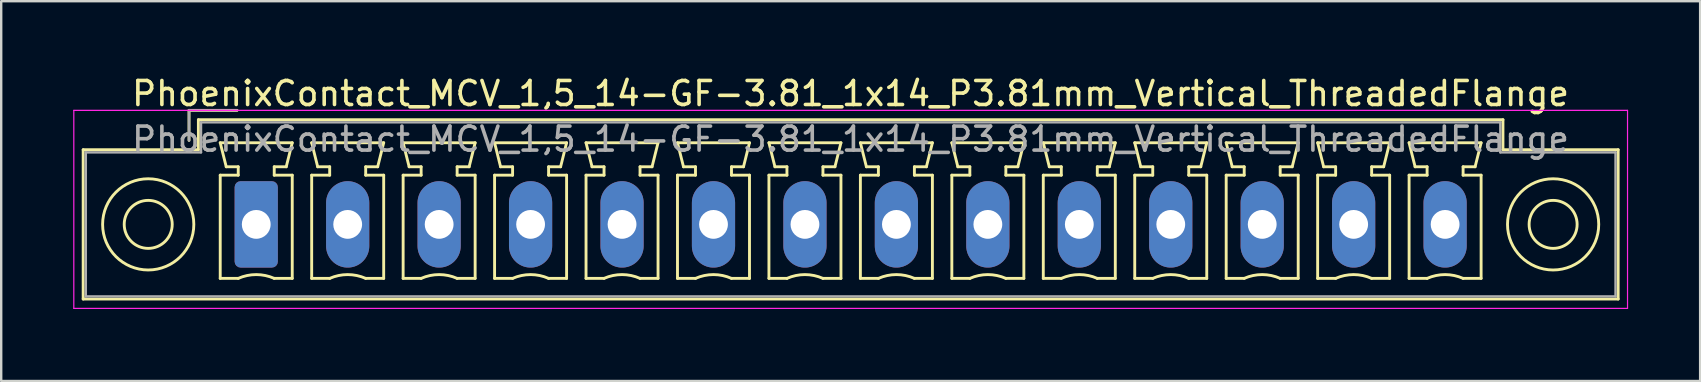
<source format=kicad_pcb>
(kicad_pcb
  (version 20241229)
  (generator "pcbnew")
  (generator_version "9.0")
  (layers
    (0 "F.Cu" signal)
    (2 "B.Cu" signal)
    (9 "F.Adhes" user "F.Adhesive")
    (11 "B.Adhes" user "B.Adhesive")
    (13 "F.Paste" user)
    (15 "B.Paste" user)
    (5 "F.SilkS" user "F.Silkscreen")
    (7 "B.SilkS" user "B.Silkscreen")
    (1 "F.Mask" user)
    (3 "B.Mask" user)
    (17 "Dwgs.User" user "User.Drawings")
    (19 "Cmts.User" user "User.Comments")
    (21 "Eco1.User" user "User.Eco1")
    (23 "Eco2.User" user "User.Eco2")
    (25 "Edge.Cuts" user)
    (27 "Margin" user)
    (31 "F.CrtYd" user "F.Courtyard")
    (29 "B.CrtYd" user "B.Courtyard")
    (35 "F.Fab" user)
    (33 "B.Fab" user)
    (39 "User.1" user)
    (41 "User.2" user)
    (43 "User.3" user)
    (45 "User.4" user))
  (footprint "PhoenixContact_MCV_1,5_14-GF-3.81_1x14_P3.81mm_Vertical_ThreadedFlange"
    (layer "F.Cu")
    (at 7.625 6.298)
    (property "Reference" "PhoenixContact_MCV_1,5_14-GF-3.81_1x14_P3.81mm_Vertical_ThreadedFlange" (at 24.76 -5.45 0) (layer "F.SilkS") (effects (font (size 1 1) (thickness 0.15))))
    (attr through_hole)
    (fp_line (start -7.21 -3.11) (end -7.21 3.11) (stroke (width 0.12) (type solid)) (layer "F.SilkS"))
    (fp_line (start -7.21 3.11) (end 56.74 3.11) (stroke (width 0.12) (type solid)) (layer "F.SilkS"))
    (fp_line (start -2.8 -4.75) (end -0.8 -4.75) (stroke (width 0.12) (type solid)) (layer "F.SilkS"))
    (fp_line (start -2.8 -3.5) (end -2.8 -4.75) (stroke (width 0.12) (type solid)) (layer "F.SilkS"))
    (fp_line (start -2.41 -4.36) (end -2.41 -3.11) (stroke (width 0.12) (type solid)) (layer "F.SilkS"))
    (fp_line (start -2.41 -3.11) (end -7.21 -3.11) (stroke (width 0.12) (type solid)) (layer "F.SilkS"))
    (fp_line (start -1.5 -3.4) (end 1.5 -3.4) (stroke (width 0.12) (type solid)) (layer "F.SilkS"))
    (fp_line (start -1.5 -2.05) (end -0.75 -2.05) (stroke (width 0.12) (type solid)) (layer "F.SilkS"))
    (fp_line (start -1.5 2.25) (end -1.5 -2.05) (stroke (width 0.12) (type solid)) (layer "F.SilkS"))
    (fp_line (start -1.25 -2.4) (end -1.5 -3.4) (stroke (width 0.12) (type solid)) (layer "F.SilkS"))
    (fp_line (start -0.75 -2.4) (end -1.25 -2.4) (stroke (width 0.12) (type solid)) (layer "F.SilkS"))
    (fp_line (start -0.75 -2.05) (end -0.75 -2.4) (stroke (width 0.12) (type solid)) (layer "F.SilkS"))
    (fp_line (start -0.75 2.25) (end -1.5 2.25) (stroke (width 0.12) (type solid)) (layer "F.SilkS"))
    (fp_line (start 0.75 -2.4) (end 0.75 -2.05) (stroke (width 0.12) (type solid)) (layer "F.SilkS"))
    (fp_line (start 0.75 -2.05) (end 1.5 -2.05) (stroke (width 0.12) (type solid)) (layer "F.SilkS"))
    (fp_line (start 1.25 -2.4) (end 0.75 -2.4) (stroke (width 0.12) (type solid)) (layer "F.SilkS"))
    (fp_line (start 1.5 -3.4) (end 1.25 -2.4) (stroke (width 0.12) (type solid)) (layer "F.SilkS"))
    (fp_line (start 1.5 -2.05) (end 1.5 2.25) (stroke (width 0.12) (type solid)) (layer "F.SilkS"))
    (fp_line (start 1.5 2.25) (end 0.75 2.25) (stroke (width 0.12) (type solid)) (layer "F.SilkS"))
    (fp_line (start 2.31 -3.4) (end 5.31 -3.4) (stroke (width 0.12) (type solid)) (layer "F.SilkS"))
    (fp_line (start 2.31 -2.05) (end 3.06 -2.05) (stroke (width 0.12) (type solid)) (layer "F.SilkS"))
    (fp_line (start 2.31 2.25) (end 2.31 -2.05) (stroke (width 0.12) (type solid)) (layer "F.SilkS"))
    (fp_line (start 2.56 -2.4) (end 2.31 -3.4) (stroke (width 0.12) (type solid)) (layer "F.SilkS"))
    (fp_line (start 3.06 -2.4) (end 2.56 -2.4) (stroke (width 0.12) (type solid)) (layer "F.SilkS"))
    (fp_line (start 3.06 -2.05) (end 3.06 -2.4) (stroke (width 0.12) (type solid)) (layer "F.SilkS"))
    (fp_line (start 3.06 2.25) (end 2.31 2.25) (stroke (width 0.12) (type solid)) (layer "F.SilkS"))
    (fp_line (start 4.56 -2.4) (end 4.56 -2.05) (stroke (width 0.12) (type solid)) (layer "F.SilkS"))
    (fp_line (start 4.56 -2.05) (end 5.31 -2.05) (stroke (width 0.12) (type solid)) (layer "F.SilkS"))
    (fp_line (start 5.06 -2.4) (end 4.56 -2.4) (stroke (width 0.12) (type solid)) (layer "F.SilkS"))
    (fp_line (start 5.31 -3.4) (end 5.06 -2.4) (stroke (width 0.12) (type solid)) (layer "F.SilkS"))
    (fp_line (start 5.31 -2.05) (end 5.31 2.25) (stroke (width 0.12) (type solid)) (layer "F.SilkS"))
    (fp_line (start 5.31 2.25) (end 4.56 2.25) (stroke (width 0.12) (type solid)) (layer "F.SilkS"))
    (fp_line (start 6.12 -3.4) (end 9.12 -3.4) (stroke (width 0.12) (type solid)) (layer "F.SilkS"))
    (fp_line (start 6.12 -2.05) (end 6.87 -2.05) (stroke (width 0.12) (type solid)) (layer "F.SilkS"))
    (fp_line (start 6.12 2.25) (end 6.12 -2.05) (stroke (width 0.12) (type solid)) (layer "F.SilkS"))
    (fp_line (start 6.37 -2.4) (end 6.12 -3.4) (stroke (width 0.12) (type solid)) (layer "F.SilkS"))
    (fp_line (start 6.87 -2.4) (end 6.37 -2.4) (stroke (width 0.12) (type solid)) (layer "F.SilkS"))
    (fp_line (start 6.87 -2.05) (end 6.87 -2.4) (stroke (width 0.12) (type solid)) (layer "F.SilkS"))
    (fp_line (start 6.87 2.25) (end 6.12 2.25) (stroke (width 0.12) (type solid)) (layer "F.SilkS"))
    (fp_line (start 8.37 -2.4) (end 8.37 -2.05) (stroke (width 0.12) (type solid)) (layer "F.SilkS"))
    (fp_line (start 8.37 -2.05) (end 9.12 -2.05) (stroke (width 0.12) (type solid)) (layer "F.SilkS"))
    (fp_line (start 8.87 -2.4) (end 8.37 -2.4) (stroke (width 0.12) (type solid)) (layer "F.SilkS"))
    (fp_line (start 9.12 -3.4) (end 8.87 -2.4) (stroke (width 0.12) (type solid)) (layer "F.SilkS"))
    (fp_line (start 9.12 -2.05) (end 9.12 2.25) (stroke (width 0.12) (type solid)) (layer "F.SilkS"))
    (fp_line (start 9.12 2.25) (end 8.37 2.25) (stroke (width 0.12) (type solid)) (layer "F.SilkS"))
    (fp_line (start 9.93 -3.4) (end 12.93 -3.4) (stroke (width 0.12) (type solid)) (layer "F.SilkS"))
    (fp_line (start 9.93 -2.05) (end 10.68 -2.05) (stroke (width 0.12) (type solid)) (layer "F.SilkS"))
    (fp_line (start 9.93 2.25) (end 9.93 -2.05) (stroke (width 0.12) (type solid)) (layer "F.SilkS"))
    (fp_line (start 10.18 -2.4) (end 9.93 -3.4) (stroke (width 0.12) (type solid)) (layer "F.SilkS"))
    (fp_line (start 10.68 -2.4) (end 10.18 -2.4) (stroke (width 0.12) (type solid)) (layer "F.SilkS"))
    (fp_line (start 10.68 -2.05) (end 10.68 -2.4) (stroke (width 0.12) (type solid)) (layer "F.SilkS"))
    (fp_line (start 10.68 2.25) (end 9.93 2.25) (stroke (width 0.12) (type solid)) (layer "F.SilkS"))
    (fp_line (start 12.18 -2.4) (end 12.18 -2.05) (stroke (width 0.12) (type solid)) (layer "F.SilkS"))
    (fp_line (start 12.18 -2.05) (end 12.93 -2.05) (stroke (width 0.12) (type solid)) (layer "F.SilkS"))
    (fp_line (start 12.68 -2.4) (end 12.18 -2.4) (stroke (width 0.12) (type solid)) (layer "F.SilkS"))
    (fp_line (start 12.93 -3.4) (end 12.68 -2.4) (stroke (width 0.12) (type solid)) (layer "F.SilkS"))
    (fp_line (start 12.93 -2.05) (end 12.93 2.25) (stroke (width 0.12) (type solid)) (layer "F.SilkS"))
    (fp_line (start 12.93 2.25) (end 12.18 2.25) (stroke (width 0.12) (type solid)) (layer "F.SilkS"))
    (fp_line (start 13.74 -3.4) (end 16.74 -3.4) (stroke (width 0.12) (type solid)) (layer "F.SilkS"))
    (fp_line (start 13.74 -2.05) (end 14.49 -2.05) (stroke (width 0.12) (type solid)) (layer "F.SilkS"))
    (fp_line (start 13.74 2.25) (end 13.74 -2.05) (stroke (width 0.12) (type solid)) (layer "F.SilkS"))
    (fp_line (start 13.99 -2.4) (end 13.74 -3.4) (stroke (width 0.12) (type solid)) (layer "F.SilkS"))
    (fp_line (start 14.49 -2.4) (end 13.99 -2.4) (stroke (width 0.12) (type solid)) (layer "F.SilkS"))
    (fp_line (start 14.49 -2.05) (end 14.49 -2.4) (stroke (width 0.12) (type solid)) (layer "F.SilkS"))
    (fp_line (start 14.49 2.25) (end 13.74 2.25) (stroke (width 0.12) (type solid)) (layer "F.SilkS"))
    (fp_line (start 15.99 -2.4) (end 15.99 -2.05) (stroke (width 0.12) (type solid)) (layer "F.SilkS"))
    (fp_line (start 15.99 -2.05) (end 16.74 -2.05) (stroke (width 0.12) (type solid)) (layer "F.SilkS"))
    (fp_line (start 16.49 -2.4) (end 15.99 -2.4) (stroke (width 0.12) (type solid)) (layer "F.SilkS"))
    (fp_line (start 16.74 -3.4) (end 16.49 -2.4) (stroke (width 0.12) (type solid)) (layer "F.SilkS"))
    (fp_line (start 16.74 -2.05) (end 16.74 2.25) (stroke (width 0.12) (type solid)) (layer "F.SilkS"))
    (fp_line (start 16.74 2.25) (end 15.99 2.25) (stroke (width 0.12) (type solid)) (layer "F.SilkS"))
    (fp_line (start 17.55 -3.4) (end 20.55 -3.4) (stroke (width 0.12) (type solid)) (layer "F.SilkS"))
    (fp_line (start 17.55 -2.05) (end 18.3 -2.05) (stroke (width 0.12) (type solid)) (layer "F.SilkS"))
    (fp_line (start 17.55 2.25) (end 17.55 -2.05) (stroke (width 0.12) (type solid)) (layer "F.SilkS"))
    (fp_line (start 17.8 -2.4) (end 17.55 -3.4) (stroke (width 0.12) (type solid)) (layer "F.SilkS"))
    (fp_line (start 18.3 -2.4) (end 17.8 -2.4) (stroke (width 0.12) (type solid)) (layer "F.SilkS"))
    (fp_line (start 18.3 -2.05) (end 18.3 -2.4) (stroke (width 0.12) (type solid)) (layer "F.SilkS"))
    (fp_line (start 18.3 2.25) (end 17.55 2.25) (stroke (width 0.12) (type solid)) (layer "F.SilkS"))
    (fp_line (start 19.8 -2.4) (end 19.8 -2.05) (stroke (width 0.12) (type solid)) (layer "F.SilkS"))
    (fp_line (start 19.8 -2.05) (end 20.55 -2.05) (stroke (width 0.12) (type solid)) (layer "F.SilkS"))
    (fp_line (start 20.3 -2.4) (end 19.8 -2.4) (stroke (width 0.12) (type solid)) (layer "F.SilkS"))
    (fp_line (start 20.55 -3.4) (end 20.3 -2.4) (stroke (width 0.12) (type solid)) (layer "F.SilkS"))
    (fp_line (start 20.55 -2.05) (end 20.55 2.25) (stroke (width 0.12) (type solid)) (layer "F.SilkS"))
    (fp_line (start 20.55 2.25) (end 19.8 2.25) (stroke (width 0.12) (type solid)) (layer "F.SilkS"))
    (fp_line (start 21.36 -3.4) (end 24.36 -3.4) (stroke (width 0.12) (type solid)) (layer "F.SilkS"))
    (fp_line (start 21.36 -2.05) (end 22.11 -2.05) (stroke (width 0.12) (type solid)) (layer "F.SilkS"))
    (fp_line (start 21.36 2.25) (end 21.36 -2.05) (stroke (width 0.12) (type solid)) (layer "F.SilkS"))
    (fp_line (start 21.61 -2.4) (end 21.36 -3.4) (stroke (width 0.12) (type solid)) (layer "F.SilkS"))
    (fp_line (start 22.11 -2.4) (end 21.61 -2.4) (stroke (width 0.12) (type solid)) (layer "F.SilkS"))
    (fp_line (start 22.11 -2.05) (end 22.11 -2.4) (stroke (width 0.12) (type solid)) (layer "F.SilkS"))
    (fp_line (start 22.11 2.25) (end 21.36 2.25) (stroke (width 0.12) (type solid)) (layer "F.SilkS"))
    (fp_line (start 23.61 -2.4) (end 23.61 -2.05) (stroke (width 0.12) (type solid)) (layer "F.SilkS"))
    (fp_line (start 23.61 -2.05) (end 24.36 -2.05) (stroke (width 0.12) (type solid)) (layer "F.SilkS"))
    (fp_line (start 24.11 -2.4) (end 23.61 -2.4) (stroke (width 0.12) (type solid)) (layer "F.SilkS"))
    (fp_line (start 24.36 -3.4) (end 24.11 -2.4) (stroke (width 0.12) (type solid)) (layer "F.SilkS"))
    (fp_line (start 24.36 -2.05) (end 24.36 2.25) (stroke (width 0.12) (type solid)) (layer "F.SilkS"))
    (fp_line (start 24.36 2.25) (end 23.61 2.25) (stroke (width 0.12) (type solid)) (layer "F.SilkS"))
    (fp_line (start 25.17 -3.4) (end 28.17 -3.4) (stroke (width 0.12) (type solid)) (layer "F.SilkS"))
    (fp_line (start 25.17 -2.05) (end 25.92 -2.05) (stroke (width 0.12) (type solid)) (layer "F.SilkS"))
    (fp_line (start 25.17 2.25) (end 25.17 -2.05) (stroke (width 0.12) (type solid)) (layer "F.SilkS"))
    (fp_line (start 25.42 -2.4) (end 25.17 -3.4) (stroke (width 0.12) (type solid)) (layer "F.SilkS"))
    (fp_line (start 25.92 -2.4) (end 25.42 -2.4) (stroke (width 0.12) (type solid)) (layer "F.SilkS"))
    (fp_line (start 25.92 -2.05) (end 25.92 -2.4) (stroke (width 0.12) (type solid)) (layer "F.SilkS"))
    (fp_line (start 25.92 2.25) (end 25.17 2.25) (stroke (width 0.12) (type solid)) (layer "F.SilkS"))
    (fp_line (start 27.42 -2.4) (end 27.42 -2.05) (stroke (width 0.12) (type solid)) (layer "F.SilkS"))
    (fp_line (start 27.42 -2.05) (end 28.17 -2.05) (stroke (width 0.12) (type solid)) (layer "F.SilkS"))
    (fp_line (start 27.92 -2.4) (end 27.42 -2.4) (stroke (width 0.12) (type solid)) (layer "F.SilkS"))
    (fp_line (start 28.17 -3.4) (end 27.92 -2.4) (stroke (width 0.12) (type solid)) (layer "F.SilkS"))
    (fp_line (start 28.17 -2.05) (end 28.17 2.25) (stroke (width 0.12) (type solid)) (layer "F.SilkS"))
    (fp_line (start 28.17 2.25) (end 27.42 2.25) (stroke (width 0.12) (type solid)) (layer "F.SilkS"))
    (fp_line (start 28.98 -3.4) (end 31.98 -3.4) (stroke (width 0.12) (type solid)) (layer "F.SilkS"))
    (fp_line (start 28.98 -2.05) (end 29.73 -2.05) (stroke (width 0.12) (type solid)) (layer "F.SilkS"))
    (fp_line (start 28.98 2.25) (end 28.98 -2.05) (stroke (width 0.12) (type solid)) (layer "F.SilkS"))
    (fp_line (start 29.23 -2.4) (end 28.98 -3.4) (stroke (width 0.12) (type solid)) (layer "F.SilkS"))
    (fp_line (start 29.73 -2.4) (end 29.23 -2.4) (stroke (width 0.12) (type solid)) (layer "F.SilkS"))
    (fp_line (start 29.73 -2.05) (end 29.73 -2.4) (stroke (width 0.12) (type solid)) (layer "F.SilkS"))
    (fp_line (start 29.73 2.25) (end 28.98 2.25) (stroke (width 0.12) (type solid)) (layer "F.SilkS"))
    (fp_line (start 31.23 -2.4) (end 31.23 -2.05) (stroke (width 0.12) (type solid)) (layer "F.SilkS"))
    (fp_line (start 31.23 -2.05) (end 31.98 -2.05) (stroke (width 0.12) (type solid)) (layer "F.SilkS"))
    (fp_line (start 31.73 -2.4) (end 31.23 -2.4) (stroke (width 0.12) (type solid)) (layer "F.SilkS"))
    (fp_line (start 31.98 -3.4) (end 31.73 -2.4) (stroke (width 0.12) (type solid)) (layer "F.SilkS"))
    (fp_line (start 31.98 -2.05) (end 31.98 2.25) (stroke (width 0.12) (type solid)) (layer "F.SilkS"))
    (fp_line (start 31.98 2.25) (end 31.23 2.25) (stroke (width 0.12) (type solid)) (layer "F.SilkS"))
    (fp_line (start 32.79 -3.4) (end 35.79 -3.4) (stroke (width 0.12) (type solid)) (layer "F.SilkS"))
    (fp_line (start 32.79 -2.05) (end 33.54 -2.05) (stroke (width 0.12) (type solid)) (layer "F.SilkS"))
    (fp_line (start 32.79 2.25) (end 32.79 -2.05) (stroke (width 0.12) (type solid)) (layer "F.SilkS"))
    (fp_line (start 33.04 -2.4) (end 32.79 -3.4) (stroke (width 0.12) (type solid)) (layer "F.SilkS"))
    (fp_line (start 33.54 -2.4) (end 33.04 -2.4) (stroke (width 0.12) (type solid)) (layer "F.SilkS"))
    (fp_line (start 33.54 -2.05) (end 33.54 -2.4) (stroke (width 0.12) (type solid)) (layer "F.SilkS"))
    (fp_line (start 33.54 2.25) (end 32.79 2.25) (stroke (width 0.12) (type solid)) (layer "F.SilkS"))
    (fp_line (start 35.04 -2.4) (end 35.04 -2.05) (stroke (width 0.12) (type solid)) (layer "F.SilkS"))
    (fp_line (start 35.04 -2.05) (end 35.79 -2.05) (stroke (width 0.12) (type solid)) (layer "F.SilkS"))
    (fp_line (start 35.54 -2.4) (end 35.04 -2.4) (stroke (width 0.12) (type solid)) (layer "F.SilkS"))
    (fp_line (start 35.79 -3.4) (end 35.54 -2.4) (stroke (width 0.12) (type solid)) (layer "F.SilkS"))
    (fp_line (start 35.79 -2.05) (end 35.79 2.25) (stroke (width 0.12) (type solid)) (layer "F.SilkS"))
    (fp_line (start 35.79 2.25) (end 35.04 2.25) (stroke (width 0.12) (type solid)) (layer "F.SilkS"))
    (fp_line (start 36.6 -3.4) (end 39.6 -3.4) (stroke (width 0.12) (type solid)) (layer "F.SilkS"))
    (fp_line (start 36.6 -2.05) (end 37.35 -2.05) (stroke (width 0.12) (type solid)) (layer "F.SilkS"))
    (fp_line (start 36.6 2.25) (end 36.6 -2.05) (stroke (width 0.12) (type solid)) (layer "F.SilkS"))
    (fp_line (start 36.85 -2.4) (end 36.6 -3.4) (stroke (width 0.12) (type solid)) (layer "F.SilkS"))
    (fp_line (start 37.35 -2.4) (end 36.85 -2.4) (stroke (width 0.12) (type solid)) (layer "F.SilkS"))
    (fp_line (start 37.35 -2.05) (end 37.35 -2.4) (stroke (width 0.12) (type solid)) (layer "F.SilkS"))
    (fp_line (start 37.35 2.25) (end 36.6 2.25) (stroke (width 0.12) (type solid)) (layer "F.SilkS"))
    (fp_line (start 38.85 -2.4) (end 38.85 -2.05) (stroke (width 0.12) (type solid)) (layer "F.SilkS"))
    (fp_line (start 38.85 -2.05) (end 39.6 -2.05) (stroke (width 0.12) (type solid)) (layer "F.SilkS"))
    (fp_line (start 39.35 -2.4) (end 38.85 -2.4) (stroke (width 0.12) (type solid)) (layer "F.SilkS"))
    (fp_line (start 39.6 -3.4) (end 39.35 -2.4) (stroke (width 0.12) (type solid)) (layer "F.SilkS"))
    (fp_line (start 39.6 -2.05) (end 39.6 2.25) (stroke (width 0.12) (type solid)) (layer "F.SilkS"))
    (fp_line (start 39.6 2.25) (end 38.85 2.25) (stroke (width 0.12) (type solid)) (layer "F.SilkS"))
    (fp_line (start 40.41 -3.4) (end 43.41 -3.4) (stroke (width 0.12) (type solid)) (layer "F.SilkS"))
    (fp_line (start 40.41 -2.05) (end 41.16 -2.05) (stroke (width 0.12) (type solid)) (layer "F.SilkS"))
    (fp_line (start 40.41 2.25) (end 40.41 -2.05) (stroke (width 0.12) (type solid)) (layer "F.SilkS"))
    (fp_line (start 40.66 -2.4) (end 40.41 -3.4) (stroke (width 0.12) (type solid)) (layer "F.SilkS"))
    (fp_line (start 41.16 -2.4) (end 40.66 -2.4) (stroke (width 0.12) (type solid)) (layer "F.SilkS"))
    (fp_line (start 41.16 -2.05) (end 41.16 -2.4) (stroke (width 0.12) (type solid)) (layer "F.SilkS"))
    (fp_line (start 41.16 2.25) (end 40.41 2.25) (stroke (width 0.12) (type solid)) (layer "F.SilkS"))
    (fp_line (start 42.66 -2.4) (end 42.66 -2.05) (stroke (width 0.12) (type solid)) (layer "F.SilkS"))
    (fp_line (start 42.66 -2.05) (end 43.41 -2.05) (stroke (width 0.12) (type solid)) (layer "F.SilkS"))
    (fp_line (start 43.16 -2.4) (end 42.66 -2.4) (stroke (width 0.12) (type solid)) (layer "F.SilkS"))
    (fp_line (start 43.41 -3.4) (end 43.16 -2.4) (stroke (width 0.12) (type solid)) (layer "F.SilkS"))
    (fp_line (start 43.41 -2.05) (end 43.41 2.25) (stroke (width 0.12) (type solid)) (layer "F.SilkS"))
    (fp_line (start 43.41 2.25) (end 42.66 2.25) (stroke (width 0.12) (type solid)) (layer "F.SilkS"))
    (fp_line (start 44.22 -3.4) (end 47.22 -3.4) (stroke (width 0.12) (type solid)) (layer "F.SilkS"))
    (fp_line (start 44.22 -2.05) (end 44.97 -2.05) (stroke (width 0.12) (type solid)) (layer "F.SilkS"))
    (fp_line (start 44.22 2.25) (end 44.22 -2.05) (stroke (width 0.12) (type solid)) (layer "F.SilkS"))
    (fp_line (start 44.47 -2.4) (end 44.22 -3.4) (stroke (width 0.12) (type solid)) (layer "F.SilkS"))
    (fp_line (start 44.97 -2.4) (end 44.47 -2.4) (stroke (width 0.12) (type solid)) (layer "F.SilkS"))
    (fp_line (start 44.97 -2.05) (end 44.97 -2.4) (stroke (width 0.12) (type solid)) (layer "F.SilkS"))
    (fp_line (start 44.97 2.25) (end 44.22 2.25) (stroke (width 0.12) (type solid)) (layer "F.SilkS"))
    (fp_line (start 46.47 -2.4) (end 46.47 -2.05) (stroke (width 0.12) (type solid)) (layer "F.SilkS"))
    (fp_line (start 46.47 -2.05) (end 47.22 -2.05) (stroke (width 0.12) (type solid)) (layer "F.SilkS"))
    (fp_line (start 46.97 -2.4) (end 46.47 -2.4) (stroke (width 0.12) (type solid)) (layer "F.SilkS"))
    (fp_line (start 47.22 -3.4) (end 46.97 -2.4) (stroke (width 0.12) (type solid)) (layer "F.SilkS"))
    (fp_line (start 47.22 -2.05) (end 47.22 2.25) (stroke (width 0.12) (type solid)) (layer "F.SilkS"))
    (fp_line (start 47.22 2.25) (end 46.47 2.25) (stroke (width 0.12) (type solid)) (layer "F.SilkS"))
    (fp_line (start 48.03 -3.4) (end 51.03 -3.4) (stroke (width 0.12) (type solid)) (layer "F.SilkS"))
    (fp_line (start 48.03 -2.05) (end 48.78 -2.05) (stroke (width 0.12) (type solid)) (layer "F.SilkS"))
    (fp_line (start 48.03 2.25) (end 48.03 -2.05) (stroke (width 0.12) (type solid)) (layer "F.SilkS"))
    (fp_line (start 48.28 -2.4) (end 48.03 -3.4) (stroke (width 0.12) (type solid)) (layer "F.SilkS"))
    (fp_line (start 48.78 -2.4) (end 48.28 -2.4) (stroke (width 0.12) (type solid)) (layer "F.SilkS"))
    (fp_line (start 48.78 -2.05) (end 48.78 -2.4) (stroke (width 0.12) (type solid)) (layer "F.SilkS"))
    (fp_line (start 48.78 2.25) (end 48.03 2.25) (stroke (width 0.12) (type solid)) (layer "F.SilkS"))
    (fp_line (start 50.28 -2.4) (end 50.28 -2.05) (stroke (width 0.12) (type solid)) (layer "F.SilkS"))
    (fp_line (start 50.28 -2.05) (end 51.03 -2.05) (stroke (width 0.12) (type solid)) (layer "F.SilkS"))
    (fp_line (start 50.78 -2.4) (end 50.28 -2.4) (stroke (width 0.12) (type solid)) (layer "F.SilkS"))
    (fp_line (start 51.03 -3.4) (end 50.78 -2.4) (stroke (width 0.12) (type solid)) (layer "F.SilkS"))
    (fp_line (start 51.03 -2.05) (end 51.03 2.25) (stroke (width 0.12) (type solid)) (layer "F.SilkS"))
    (fp_line (start 51.03 2.25) (end 50.28 2.25) (stroke (width 0.12) (type solid)) (layer "F.SilkS"))
    (fp_line (start 51.94 -4.36) (end -2.41 -4.36) (stroke (width 0.12) (type solid)) (layer "F.SilkS"))
    (fp_line (start 51.94 -3.11) (end 51.94 -4.36) (stroke (width 0.12) (type solid)) (layer "F.SilkS"))
    (fp_line (start 56.74 -3.11) (end 51.94 -3.11) (stroke (width 0.12) (type solid)) (layer "F.SilkS"))
    (fp_line (start 56.74 3.11) (end 56.74 -3.11) (stroke (width 0.12) (type solid)) (layer "F.SilkS"))
    (fp_arc (start -0.75 2.25) (mid -0.000193 2.09191) (end 0.749647 2.249844) (stroke (width 0.12) (type solid)) (layer "F.SilkS"))
    (fp_arc (start 3.06 2.25) (mid 3.809807 2.09191) (end 4.559647 2.249844) (stroke (width 0.12) (type solid)) (layer "F.SilkS"))
    (fp_arc (start 6.87 2.25) (mid 7.619807 2.09191) (end 8.369647 2.249844) (stroke (width 0.12) (type solid)) (layer "F.SilkS"))
    (fp_arc (start 10.68 2.25) (mid 11.429807 2.09191) (end 12.179647 2.249844) (stroke (width 0.12) (type solid)) (layer "F.SilkS"))
    (fp_arc (start 14.49 2.25) (mid 15.239807 2.09191) (end 15.989647 2.249844) (stroke (width 0.12) (type solid)) (layer "F.SilkS"))
    (fp_arc (start 18.3 2.25) (mid 19.049807 2.09191) (end 19.799647 2.249844) (stroke (width 0.12) (type solid)) (layer "F.SilkS"))
    (fp_arc (start 22.11 2.25) (mid 22.859807 2.09191) (end 23.609647 2.249844) (stroke (width 0.12) (type solid)) (layer "F.SilkS"))
    (fp_arc (start 25.92 2.25) (mid 26.669807 2.09191) (end 27.419647 2.249844) (stroke (width 0.12) (type solid)) (layer "F.SilkS"))
    (fp_arc (start 29.73 2.25) (mid 30.479807 2.09191) (end 31.229647 2.249844) (stroke (width 0.12) (type solid)) (layer "F.SilkS"))
    (fp_arc (start 33.54 2.25) (mid 34.289807 2.09191) (end 35.039647 2.249844) (stroke (width 0.12) (type solid)) (layer "F.SilkS"))
    (fp_arc (start 37.35 2.25) (mid 38.099807 2.09191) (end 38.849647 2.249844) (stroke (width 0.12) (type solid)) (layer "F.SilkS"))
    (fp_arc (start 41.16 2.25) (mid 41.909807 2.09191) (end 42.659647 2.249844) (stroke (width 0.12) (type solid)) (layer "F.SilkS"))
    (fp_arc (start 44.97 2.25) (mid 45.719807 2.09191) (end 46.469647 2.249844) (stroke (width 0.12) (type solid)) (layer "F.SilkS"))
    (fp_arc (start 48.78 2.25) (mid 49.529807 2.09191) (end 50.279647 2.249844) (stroke (width 0.12) (type solid)) (layer "F.SilkS"))
    (fp_circle (center -4.5 0) (end -3.5 0) (stroke (width 0.12) (type solid)) (fill no) (layer "F.SilkS"))
    (fp_circle (center -4.5 0) (end -2.6 0) (stroke (width 0.12) (type solid)) (fill no) (layer "F.SilkS"))
    (fp_circle (center 54.03 0) (end 55.03 0) (stroke (width 0.12) (type solid)) (fill no) (layer "F.SilkS"))
    (fp_circle (center 54.03 0) (end 55.93 0) (stroke (width 0.12) (type solid)) (fill no) (layer "F.SilkS"))
    (fp_line (start -7.6 -4.75) (end -7.6 3.5) (stroke (width 0.05) (type solid)) (layer "F.CrtYd"))
    (fp_line (start -7.6 3.5) (end 57.13 3.5) (stroke (width 0.05) (type solid)) (layer "F.CrtYd"))
    (fp_line (start 57.13 -4.75) (end -7.6 -4.75) (stroke (width 0.05) (type solid)) (layer "F.CrtYd"))
    (fp_line (start 57.13 3.5) (end 57.13 -4.75) (stroke (width 0.05) (type solid)) (layer "F.CrtYd"))
    (fp_line (start -7.1 -3) (end -7.1 3) (stroke (width 0.1) (type solid)) (layer "F.Fab"))
    (fp_line (start -7.1 3) (end 56.63 3) (stroke (width 0.1) (type solid)) (layer "F.Fab"))
    (fp_line (start -2.8 -4.75) (end -0.8 -4.75) (stroke (width 0.1) (type solid)) (layer "F.Fab"))
    (fp_line (start -2.8 -3.5) (end -2.8 -4.75) (stroke (width 0.1) (type solid)) (layer "F.Fab"))
    (fp_line (start -2.3 -4.25) (end -2.3 -3) (stroke (width 0.1) (type solid)) (layer "F.Fab"))
    (fp_line (start -2.3 -3) (end -7.1 -3) (stroke (width 0.1) (type solid)) (layer "F.Fab"))
    (fp_line (start 51.83 -4.25) (end -2.3 -4.25) (stroke (width 0.1) (type solid)) (layer "F.Fab"))
    (fp_line (start 51.83 -3) (end 51.83 -4.25) (stroke (width 0.1) (type solid)) (layer "F.Fab"))
    (fp_line (start 56.63 -3) (end 51.83 -3) (stroke (width 0.1) (type solid)) (layer "F.Fab"))
    (fp_line (start 56.63 3) (end 56.63 -3) (stroke (width 0.1) (type solid)) (layer "F.Fab"))
    (fp_text user "${REFERENCE}" (at 24.76 -3.55 0) (layer "F.Fab") (effects (font (size 1 1) (thickness 0.15))))
    (pad "1" thru_hole roundrect (at 0 0) (size 1.8 3.6) (drill 1.2) (layers "*.Cu" "*.Mask") (roundrect_rratio 0.139))
    (pad "2" thru_hole oval (at 3.81 0) (size 1.8 3.6) (drill 1.2) (layers "*.Cu" "*.Mask"))
    (pad "3" thru_hole oval (at 7.62 0) (size 1.8 3.6) (drill 1.2) (layers "*.Cu" "*.Mask"))
    (pad "4" thru_hole oval (at 11.43 0) (size 1.8 3.6) (drill 1.2) (layers "*.Cu" "*.Mask"))
    (pad "5" thru_hole oval (at 15.24 0) (size 1.8 3.6) (drill 1.2) (layers "*.Cu" "*.Mask"))
    (pad "6" thru_hole oval (at 19.05 0) (size 1.8 3.6) (drill 1.2) (layers "*.Cu" "*.Mask"))
    (pad "7" thru_hole oval (at 22.86 0) (size 1.8 3.6) (drill 1.2) (layers "*.Cu" "*.Mask"))
    (pad "8" thru_hole oval (at 26.67 0) (size 1.8 3.6) (drill 1.2) (layers "*.Cu" "*.Mask"))
    (pad "9" thru_hole oval (at 30.48 0) (size 1.8 3.6) (drill 1.2) (layers "*.Cu" "*.Mask"))
    (pad "10" thru_hole oval (at 34.29 0) (size 1.8 3.6) (drill 1.2) (layers "*.Cu" "*.Mask"))
    (pad "11" thru_hole oval (at 38.1 0) (size 1.8 3.6) (drill 1.2) (layers "*.Cu" "*.Mask"))
    (pad "12" thru_hole oval (at 41.91 0) (size 1.8 3.6) (drill 1.2) (layers "*.Cu" "*.Mask"))
    (pad "13" thru_hole oval (at 45.72 0) (size 1.8 3.6) (drill 1.2) (layers "*.Cu" "*.Mask"))
    (pad "14" thru_hole oval (at 49.53 0) (size 1.8 3.6) (drill 1.2) (layers "*.Cu" "*.Mask")))
  (gr_rect
    (start -3 -3)
    (end 67.78 12.823)
    (stroke (width 0.1) (type default))
    (fill no)
    (layer "Edge.Cuts")))
</source>
